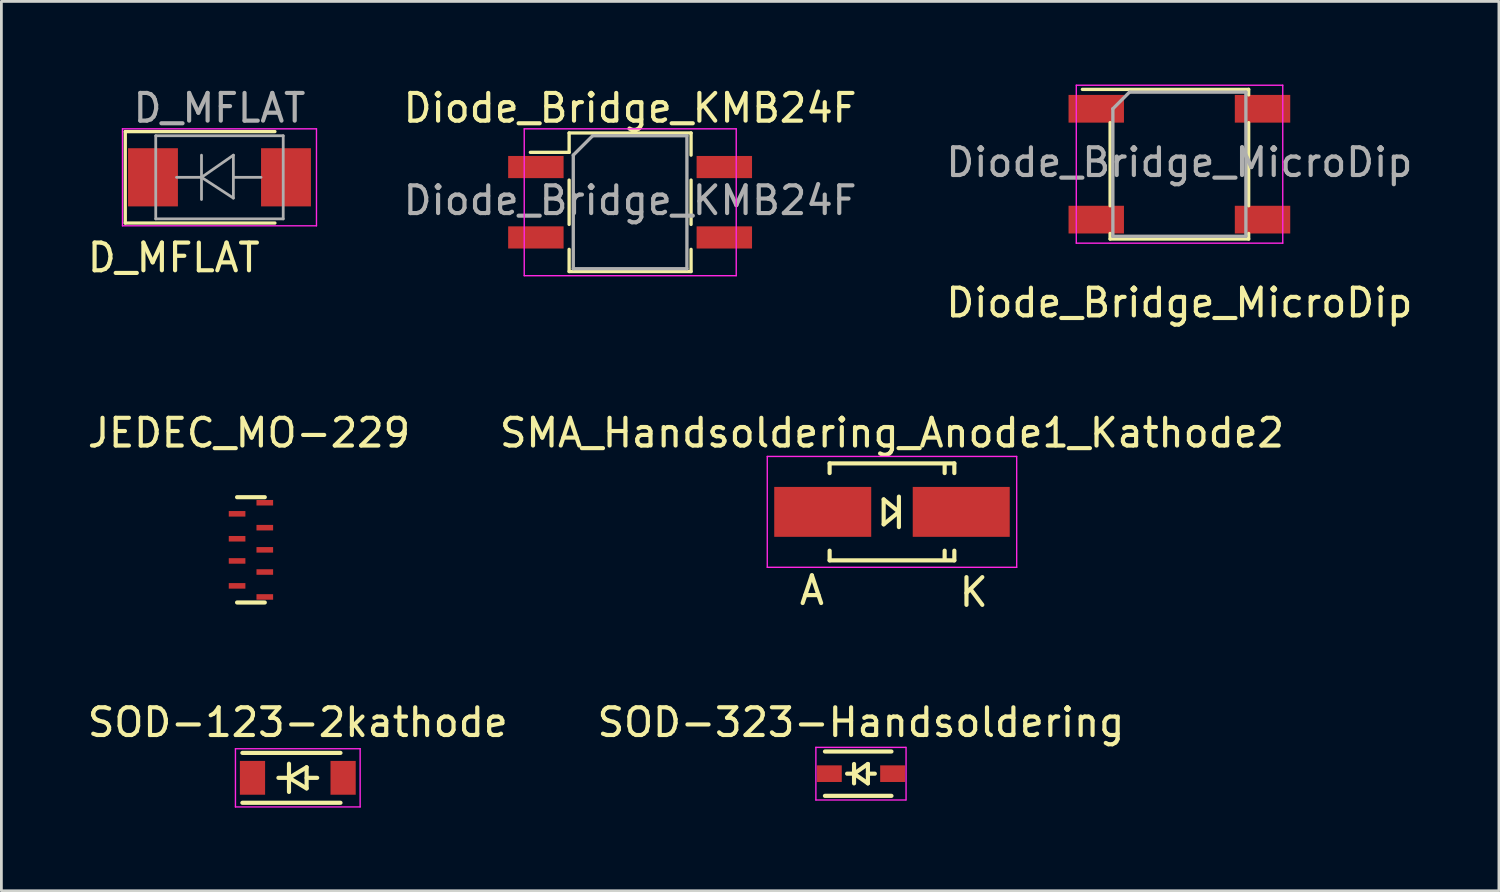
<source format=kicad_pcb>
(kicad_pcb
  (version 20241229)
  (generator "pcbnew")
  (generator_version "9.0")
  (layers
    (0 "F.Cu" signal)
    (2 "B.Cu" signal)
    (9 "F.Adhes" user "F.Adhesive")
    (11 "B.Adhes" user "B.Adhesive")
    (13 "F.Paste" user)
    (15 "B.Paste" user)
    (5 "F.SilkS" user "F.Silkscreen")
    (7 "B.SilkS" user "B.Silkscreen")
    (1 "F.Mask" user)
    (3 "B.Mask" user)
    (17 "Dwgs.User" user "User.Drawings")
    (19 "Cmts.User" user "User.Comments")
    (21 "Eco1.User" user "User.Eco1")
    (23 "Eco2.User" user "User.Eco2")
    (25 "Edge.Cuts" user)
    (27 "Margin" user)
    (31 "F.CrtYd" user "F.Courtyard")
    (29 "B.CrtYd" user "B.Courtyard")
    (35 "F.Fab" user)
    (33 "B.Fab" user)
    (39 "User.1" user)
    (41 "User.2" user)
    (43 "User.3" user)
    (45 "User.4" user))
  (footprint "SOD-323-Handsoldering"
    (layer "F.Cu")
    (at 28.018 24.868)
    (property "Reference" "SOD-323-Handsoldering" (at 0 -1.85 0) (layer "F.SilkS") (effects (font (size 1 1) (thickness 0.15))))
    (attr smd)
    (fp_line (start -1.3 -0.8) (end 1.1 -0.8) (stroke (width 0.15) (type solid)) (layer "F.SilkS"))
    (fp_line (start -1.3 0.8) (end 1.1 0.8) (stroke (width 0.15) (type solid)) (layer "F.SilkS"))
    (fp_line (start -0.25 -0.35) (end -0.25 0.35) (stroke (width 0.15) (type solid)) (layer "F.SilkS"))
    (fp_line (start -0.25 0) (end -0.5 0) (stroke (width 0.15) (type solid)) (layer "F.SilkS"))
    (fp_line (start -0.25 0) (end 0.25 -0.35) (stroke (width 0.15) (type solid)) (layer "F.SilkS"))
    (fp_line (start 0.25 -0.35) (end 0.25 0.35) (stroke (width 0.15) (type solid)) (layer "F.SilkS"))
    (fp_line (start 0.25 0) (end 0.5 0) (stroke (width 0.15) (type solid)) (layer "F.SilkS"))
    (fp_line (start 0.25 0.35) (end -0.25 0) (stroke (width 0.15) (type solid)) (layer "F.SilkS"))
    (fp_line (start -1.627 -0.95) (end -1.627 0.95) (stroke (width 0.05) (type solid)) (layer "F.CrtYd"))
    (fp_line (start -1.627 -0.95) (end 1.615 -0.95) (stroke (width 0.05) (type solid)) (layer "F.CrtYd"))
    (fp_line (start -1.627 0.95) (end 1.615 0.95) (stroke (width 0.05) (type solid)) (layer "F.CrtYd"))
    (fp_line (start 1.627 -0.95) (end 1.627 0.95) (stroke (width 0.05) (type solid)) (layer "F.CrtYd"))
    (pad "1" smd rect (at -1.143 0) (size 0.9 0.6) (layers "F.Cu" "F.Mask" "F.Paste"))
    (pad "2" smd rect (at 1.143 0) (size 0.9 0.6) (layers "F.Cu" "F.Mask" "F.Paste")))
  (footprint "SOD-123-2kathode"
    (layer "F.Cu")
    (at 7.696 25.018)
    (property "Reference" "SOD-123-2kathode" (at 0 -2 0) (layer "F.SilkS") (effects (font (size 1 1) (thickness 0.15))))
    (attr smd)
    (fp_line (start -2 -0.9) (end 1.54 -0.9) (stroke (width 0.15) (type solid)) (layer "F.SilkS"))
    (fp_line (start -2 0.9) (end 1.54 0.9) (stroke (width 0.15) (type solid)) (layer "F.SilkS"))
    (fp_line (start -0.699 0) (end -0.318 0) (stroke (width 0.15) (type solid)) (layer "F.SilkS"))
    (fp_line (start -0.318 -0.508) (end -0.318 0.508) (stroke (width 0.15) (type solid)) (layer "F.SilkS"))
    (fp_line (start -0.318 0) (end 0.318 -0.381) (stroke (width 0.15) (type solid)) (layer "F.SilkS"))
    (fp_line (start 0.318 -0.381) (end 0.318 0.381) (stroke (width 0.15) (type solid)) (layer "F.SilkS"))
    (fp_line (start 0.318 0) (end 0.699 0) (stroke (width 0.15) (type solid)) (layer "F.SilkS"))
    (fp_line (start 0.318 0.381) (end -0.318 0) (stroke (width 0.15) (type solid)) (layer "F.SilkS"))
    (fp_line (start -2.25 -1.05) (end -2.25 1.05) (stroke (width 0.05) (type solid)) (layer "F.CrtYd"))
    (fp_line (start -2.25 -1.05) (end 2.25 -1.05) (stroke (width 0.05) (type solid)) (layer "F.CrtYd"))
    (fp_line (start 2.25 -1.05) (end 2.25 1.05) (stroke (width 0.05) (type solid)) (layer "F.CrtYd"))
    (fp_line (start 2.25 1.05) (end -2.25 1.05) (stroke (width 0.05) (type solid)) (layer "F.CrtYd"))
    (pad "1" smd rect (at 1.635 0) (size 0.91 1.22) (layers "F.Cu" "F.Mask" "F.Paste"))
    (pad "2" smd rect (at -1.635 0) (size 0.91 1.22) (layers "F.Cu" "F.Mask" "F.Paste")))
  (footprint "D_MFLAT"
    (layer "F.Cu")
    (at 4.87 3.348)
    (property "Reference" "D_MFLAT" (at -1.65 2.9 0) (layer "F.SilkS") (effects (font (size 1 1) (thickness 0.15))))
    (attr smd)
    (fp_line (start -3.4 -1.65) (end -3.4 1.65) (stroke (width 0.12) (type solid)) (layer "F.SilkS"))
    (fp_line (start -3.4 -1.65) (end 2 -1.65) (stroke (width 0.12) (type solid)) (layer "F.SilkS"))
    (fp_line (start -3.4 1.65) (end 2 1.65) (stroke (width 0.12) (type solid)) (layer "F.SilkS"))
    (fp_line (start -3.5 -1.75) (end 3.5 -1.75) (stroke (width 0.05) (type solid)) (layer "F.CrtYd"))
    (fp_line (start -3.5 1.75) (end -3.5 -1.75) (stroke (width 0.05) (type solid)) (layer "F.CrtYd"))
    (fp_line (start 3.5 -1.75) (end 3.5 1.75) (stroke (width 0.05) (type solid)) (layer "F.CrtYd"))
    (fp_line (start 3.5 1.75) (end -3.5 1.75) (stroke (width 0.05) (type solid)) (layer "F.CrtYd"))
    (fp_line (start -2.3 1.5) (end -2.3 -1.5) (stroke (width 0.1) (type solid)) (layer "F.Fab"))
    (fp_line (start -0.649 -0.799) (end -0.649 0.801) (stroke (width 0.1) (type solid)) (layer "F.Fab"))
    (fp_line (start -0.649 0.001) (end -1.551 0.001) (stroke (width 0.1) (type solid)) (layer "F.Fab"))
    (fp_line (start -0.649 0.001) (end 0.501 -0.799) (stroke (width 0.1) (type solid)) (layer "F.Fab"))
    (fp_line (start -0.649 0.001) (end 0.501 0.75) (stroke (width 0.1) (type solid)) (layer "F.Fab"))
    (fp_line (start 0.501 0.001) (end 1.499 0.001) (stroke (width 0.1) (type solid)) (layer "F.Fab"))
    (fp_line (start 0.501 0.75) (end 0.501 -0.799) (stroke (width 0.1) (type solid)) (layer "F.Fab"))
    (fp_line (start 2.3 -1.5) (end -2.3 -1.5) (stroke (width 0.1) (type solid)) (layer "F.Fab"))
    (fp_line (start 2.3 -1.5) (end 2.3 1.5) (stroke (width 0.1) (type solid)) (layer "F.Fab"))
    (fp_line (start 2.3 1.5) (end -2.3 1.5) (stroke (width 0.1) (type solid)) (layer "F.Fab"))
    (fp_text user "${REFERENCE}" (at 0 -2.5 0) (layer "F.Fab") (effects (font (size 1 1) (thickness 0.15))))
    (pad "1" smd rect (at -2.4 0) (size 1.8 2.1) (layers "F.Cu" "F.Mask" "F.Paste"))
    (pad "2" smd rect (at 2.4 0) (size 1.8 2.1) (layers "F.Cu" "F.Mask" "F.Paste")))
  (footprint "SMA_Handsoldering_Anode1_Kathode2"
    (layer "F.Cu")
    (at 29.137 15.421)
    (property "Reference" "SMA_Handsoldering_Anode1_Kathode2" (at 0 -2.85 0) (layer "F.SilkS") (effects (font (size 1 1) (thickness 0.15))))
    (attr smd)
    (fp_line (start -2.25 -1.75) (end -2.25 -1.4) (stroke (width 0.15) (type solid)) (layer "F.SilkS"))
    (fp_line (start -2.25 -1.75) (end 2.25 -1.75) (stroke (width 0.15) (type solid)) (layer "F.SilkS"))
    (fp_line (start -2.25 1.75) (end -2.25 1.4) (stroke (width 0.15) (type solid)) (layer "F.SilkS"))
    (fp_line (start -2.25 1.75) (end 2.25 1.75) (stroke (width 0.15) (type solid)) (layer "F.SilkS"))
    (fp_line (start -0.3 -0.45) (end 0.25 0) (stroke (width 0.15) (type solid)) (layer "F.SilkS"))
    (fp_line (start -0.3 0.45) (end -0.3 -0.45) (stroke (width 0.15) (type solid)) (layer "F.SilkS"))
    (fp_line (start 0.25 0) (end -0.3 0.45) (stroke (width 0.15) (type solid)) (layer "F.SilkS"))
    (fp_line (start 0.25 0.55) (end 0.25 -0.55) (stroke (width 0.15) (type solid)) (layer "F.SilkS"))
    (fp_line (start 1.9 -1.7) (end 1.9 -1.4) (stroke (width 0.15) (type solid)) (layer "F.SilkS"))
    (fp_line (start 1.9 1.7) (end 1.9 1.4) (stroke (width 0.15) (type solid)) (layer "F.SilkS"))
    (fp_line (start 2.25 -1.75) (end 2.25 -1.4) (stroke (width 0.15) (type solid)) (layer "F.SilkS"))
    (fp_line (start 2.25 1.75) (end 2.25 1.4) (stroke (width 0.15) (type solid)) (layer "F.SilkS"))
    (fp_line (start -4.5 -2) (end 4.5 -2) (stroke (width 0.05) (type solid)) (layer "F.CrtYd"))
    (fp_line (start -4.5 2) (end -4.5 -2) (stroke (width 0.05) (type solid)) (layer "F.CrtYd"))
    (fp_line (start 4.5 -2) (end 4.5 2) (stroke (width 0.05) (type solid)) (layer "F.CrtYd"))
    (fp_line (start 4.5 2) (end -4.5 2) (stroke (width 0.05) (type solid)) (layer "F.CrtYd"))
    (fp_text user "A" (at -2.89 2.834 0) (layer "F.SilkS") (effects (font (size 1 1) (thickness 0.15))))
    (fp_text user "K" (at 2.95 2.9 0) (layer "F.SilkS") (effects (font (size 1 1) (thickness 0.15))))
    (pad "1" smd rect (at -2.499 0) (size 3.5 1.801) (layers "F.Cu" "F.Mask" "F.Paste"))
    (pad "2" smd rect (at 2.499 0) (size 3.5 1.801) (layers "F.Cu" "F.Mask" "F.Paste")))
  (footprint "JEDEC_MO-229"
    (layer "F.Cu")
    (at 6.005 16.791)
    (property "Reference" "JEDEC_MO-229" (at -0.07 -4.22 0) (layer "F.SilkS") (effects (font (size 1 1) (thickness 0.15))))
    (attr smd)
    (fp_line (start -0.5 -1.9) (end 0.5 -1.9) (stroke (width 0.15) (type solid)) (layer "F.SilkS"))
    (fp_line (start -0.5 1.9) (end 0.5 1.9) (stroke (width 0.15) (type solid)) (layer "F.SilkS"))
    (pad "1" smd rect (at 0.5 1.7 180) (size 0.6 0.2) (layers "F.Cu" "F.Mask" "F.Paste"))
    (pad "2" smd rect (at 0.5 0.8 180) (size 0.6 0.2) (layers "F.Cu" "F.Mask" "F.Paste"))
    (pad "3" smd rect (at 0.5 0 180) (size 0.6 0.2) (layers "F.Cu" "F.Mask" "F.Paste"))
    (pad "4" smd rect (at 0.5 -0.8 180) (size 0.6 0.2) (layers "F.Cu" "F.Mask" "F.Paste"))
    (pad "5" smd rect (at 0.5 -1.7 180) (size 0.6 0.2) (layers "F.Cu" "F.Mask" "F.Paste"))
    (pad "6" smd rect (at -0.5 -1.3 180) (size 0.6 0.2) (layers "F.Cu" "F.Mask" "F.Paste"))
    (pad "7" smd rect (at -0.5 -0.4 180) (size 0.6 0.2) (layers "F.Cu" "F.Mask" "F.Paste"))
    (pad "8" smd rect (at -0.5 0.4 180) (size 0.6 0.2) (layers "F.Cu" "F.Mask" "F.Paste"))
    (pad "9" smd rect (at -0.5 1.3 180) (size 0.6 0.2) (layers "F.Cu" "F.Mask" "F.Paste")))
  (footprint "Diode_Bridge_KMB24F"
    (layer "F.Cu")
    (at 19.687 4.248)
    (property "Reference" "Diode_Bridge_KMB24F" (at 0 -3.4 180) (layer "F.SilkS") (effects (font (size 1 1) (thickness 0.15))))
    (attr smd)
    (fp_line (start -2.2 -2.5) (end -2.2 -1.8) (stroke (width 0.12) (type solid)) (layer "F.SilkS"))
    (fp_line (start -2.2 -1.8) (end -3.6 -1.8) (stroke (width 0.12) (type solid)) (layer "F.SilkS"))
    (fp_line (start -2.2 -0.8) (end -2.2 0.8) (stroke (width 0.12) (type solid)) (layer "F.SilkS"))
    (fp_line (start -2.2 2.5) (end -2.2 1.7) (stroke (width 0.12) (type solid)) (layer "F.SilkS"))
    (fp_line (start 2.2 -2.5) (end -2.2 -2.5) (stroke (width 0.12) (type solid)) (layer "F.SilkS"))
    (fp_line (start 2.2 -1.7) (end 2.2 -2.5) (stroke (width 0.12) (type solid)) (layer "F.SilkS"))
    (fp_line (start 2.2 -0.8) (end 2.2 0.8) (stroke (width 0.12) (type solid)) (layer "F.SilkS"))
    (fp_line (start 2.2 1.7) (end 2.2 2.5) (stroke (width 0.12) (type solid)) (layer "F.SilkS"))
    (fp_line (start 2.2 2.5) (end -2.2 2.5) (stroke (width 0.12) (type solid)) (layer "F.SilkS"))
    (fp_line (start -3.82 -2.65) (end -3.82 2.65) (stroke (width 0.05) (type solid)) (layer "F.CrtYd"))
    (fp_line (start -3.82 -2.65) (end 3.83 -2.65) (stroke (width 0.05) (type solid)) (layer "F.CrtYd"))
    (fp_line (start 3.83 2.65) (end -3.82 2.65) (stroke (width 0.05) (type solid)) (layer "F.CrtYd"))
    (fp_line (start 3.83 2.65) (end 3.83 -2.65) (stroke (width 0.05) (type solid)) (layer "F.CrtYd"))
    (fp_line (start -2.05 -1.7) (end -1.35 -2.4) (stroke (width 0.12) (type solid)) (layer "F.Fab"))
    (fp_line (start -2.05 2.4) (end -2.05 -1.7) (stroke (width 0.12) (type solid)) (layer "F.Fab"))
    (fp_line (start -1.35 -2.4) (end 2.05 -2.4) (stroke (width 0.12) (type solid)) (layer "F.Fab"))
    (fp_line (start 2.05 -2.4) (end 2.05 2.4) (stroke (width 0.12) (type solid)) (layer "F.Fab"))
    (fp_line (start 2.05 2.4) (end -2.05 2.4) (stroke (width 0.12) (type solid)) (layer "F.Fab"))
    (fp_text user "${REFERENCE}" (at 0 -0.065 180) (layer "F.Fab") (effects (font (size 1 1) (thickness 0.15))))
    (pad "1" smd rect (at -3.4 -1.27) (size 2 0.8) (layers "F.Cu" "F.Mask" "F.Paste"))
    (pad "2" smd rect (at -3.4 1.27) (size 2 0.8) (layers "F.Cu" "F.Mask" "F.Paste"))
    (pad "3" smd rect (at 3.4 1.27) (size 2 0.8) (layers "F.Cu" "F.Mask" "F.Paste"))
    (pad "4" smd rect (at 3.4 -1.27) (size 2 0.8) (layers "F.Cu" "F.Mask" "F.Paste")))
  (footprint "Diode_Bridge_MicroDip"
    (layer "F.Cu")
    (at 39.508 2.875)
    (property "Reference" "Diode_Bridge_MicroDip" (at 0 5 0) (layer "F.SilkS") (effects (font (size 1 1) (thickness 0.15))))
    (attr smd)
    (fp_line (start -2.5 1.5) (end -2.5 -1.5) (stroke (width 0.12) (type solid)) (layer "F.SilkS"))
    (fp_line (start -2.5 2.7) (end -2.5 2.5) (stroke (width 0.12) (type solid)) (layer "F.SilkS"))
    (fp_line (start 2.5 -2.7) (end -3.5 -2.7) (stroke (width 0.12) (type solid)) (layer "F.SilkS"))
    (fp_line (start 2.5 -2.5) (end 2.5 -2.7) (stroke (width 0.12) (type solid)) (layer "F.SilkS"))
    (fp_line (start 2.5 -1.5) (end 2.5 1.5) (stroke (width 0.12) (type solid)) (layer "F.SilkS"))
    (fp_line (start 2.5 2.5) (end 2.5 2.7) (stroke (width 0.12) (type solid)) (layer "F.SilkS"))
    (fp_line (start 2.5 2.7) (end -2.5 2.7) (stroke (width 0.12) (type solid)) (layer "F.SilkS"))
    (fp_line (start -3.72 -2.85) (end -3.72 2.85) (stroke (width 0.05) (type solid)) (layer "F.CrtYd"))
    (fp_line (start -3.72 -2.85) (end 3.73 -2.85) (stroke (width 0.05) (type solid)) (layer "F.CrtYd"))
    (fp_line (start 3.73 2.85) (end -3.72 2.85) (stroke (width 0.05) (type solid)) (layer "F.CrtYd"))
    (fp_line (start 3.73 2.85) (end 3.73 -2.85) (stroke (width 0.05) (type solid)) (layer "F.CrtYd"))
    (fp_line (start -2.4 -2) (end -2.4 2.6) (stroke (width 0.12) (type solid)) (layer "F.Fab"))
    (fp_line (start -2.4 2.6) (end 2.4 2.6) (stroke (width 0.12) (type solid)) (layer "F.Fab"))
    (fp_line (start -1.8 -2.6) (end -2.4 -2) (stroke (width 0.12) (type solid)) (layer "F.Fab"))
    (fp_line (start 2.4 -2.6) (end -1.8 -2.6) (stroke (width 0.12) (type solid)) (layer "F.Fab"))
    (fp_line (start 2.4 2.6) (end 2.4 -2.6) (stroke (width 0.12) (type solid)) (layer "F.Fab"))
    (fp_text user "${REFERENCE}" (at 0 -0.065 0) (layer "F.Fab") (effects (font (size 1 1) (thickness 0.15))))
    (pad "1" smd rect (at -3 -2) (size 2 1) (layers "F.Cu" "F.Mask" "F.Paste"))
    (pad "2" smd rect (at -3 2) (size 2 1) (layers "F.Cu" "F.Mask" "F.Paste"))
    (pad "3" smd rect (at 3 2) (size 2 1) (layers "F.Cu" "F.Mask" "F.Paste"))
    (pad "4" smd rect (at 3 -2) (size 2 1) (layers "F.Cu" "F.Mask" "F.Paste")))
  (gr_rect
    (start -3 -3)
    (end 51.038 29.093)
    (stroke (width 0.1) (type default))
    (fill no)
    (layer "Edge.Cuts")))
</source>
